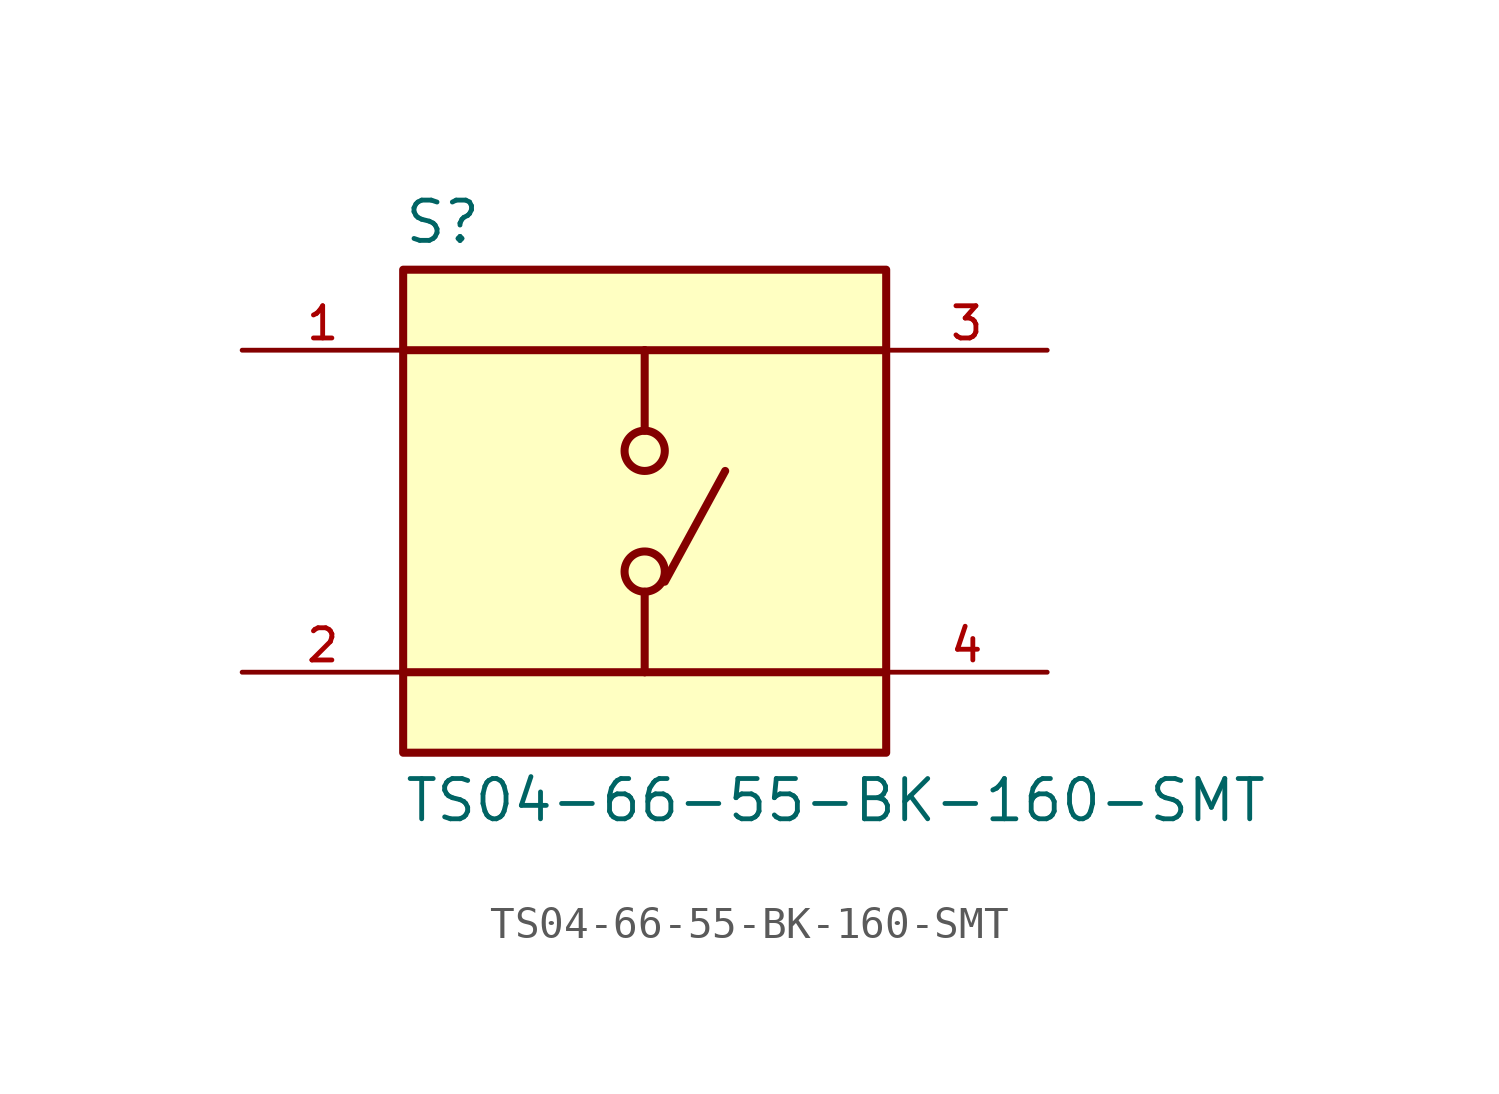
<source format=kicad_sym>
(kicad_symbol_lib
  (version 20211014)
  (generator kicad_symbol_editor)
  (symbol "TS04-66-55-BK-160-SMT"
    (pin_names
      (offset 1.016))
    (property "Reference" "S"
      (at -7.62 8.382 0)
      (effects (font (size 1.27 1.27)) (justify bottom left)))
    (property "Value" "TS04-66-55-BK-160-SMT"
      (at -7.62 -8.382 0)
      (effects (font (size 1.27 1.27)) (justify top left)))
    (symbol "TS04-66-55-BK-160-SMT_0_0"
      (polyline (pts (xy 0.0 5.08) (xy 0.0 2.54)) (stroke (width 0.254)))
      (polyline (pts (xy 0.0 -2.54) (xy 0.0 -5.08)) (stroke (width 0.254)))
      (polyline (pts (xy 0.0 5.08) (xy -7.62 5.08)) (stroke (width 0.254)))
      (polyline (pts (xy 0.0 5.08) (xy 7.62 5.08)) (stroke (width 0.254)))
      (polyline (pts (xy 0.0 -5.08) (xy -7.62 -5.08)) (stroke (width 0.254)))
      (polyline (pts (xy 0.0 -5.08) (xy 7.62 -5.08)) (stroke (width 0.254)))
      (circle (center 0.0 -1.905) (radius 0.635) (stroke (width 0.254)) (fill (type none)))
      (circle (center 0.0 1.905) (radius 0.635) (stroke (width 0.254)) (fill (type none)))
      (polyline (pts (xy 0.635 -2.223) (xy 2.54 1.27)) (stroke (width 0.254)))
      (rectangle (start -7.62 -7.62) (end 7.62 7.62) (stroke (width 0.254)) (fill (type background)))
      (pin passive line (at -12.7 5.08 0) (length 5.08) (name "~" (effects (font (size 1.016 1.016)))) (number "1" (effects (font (size 1.016 1.016)))))
      (pin passive line (at -12.7 -5.08 0) (length 5.08) (name "~" (effects (font (size 1.016 1.016)))) (number "2" (effects (font (size 1.016 1.016)))))
      (pin passive line (at 12.7 5.08 180.0) (length 5.08) (name "~" (effects (font (size 1.016 1.016)))) (number "3" (effects (font (size 1.016 1.016)))))
      (pin passive line (at 12.7 -5.08 180.0) (length 5.08) (name "~" (effects (font (size 1.016 1.016)))) (number "4" (effects (font (size 1.016 1.016))))))))
</source>
